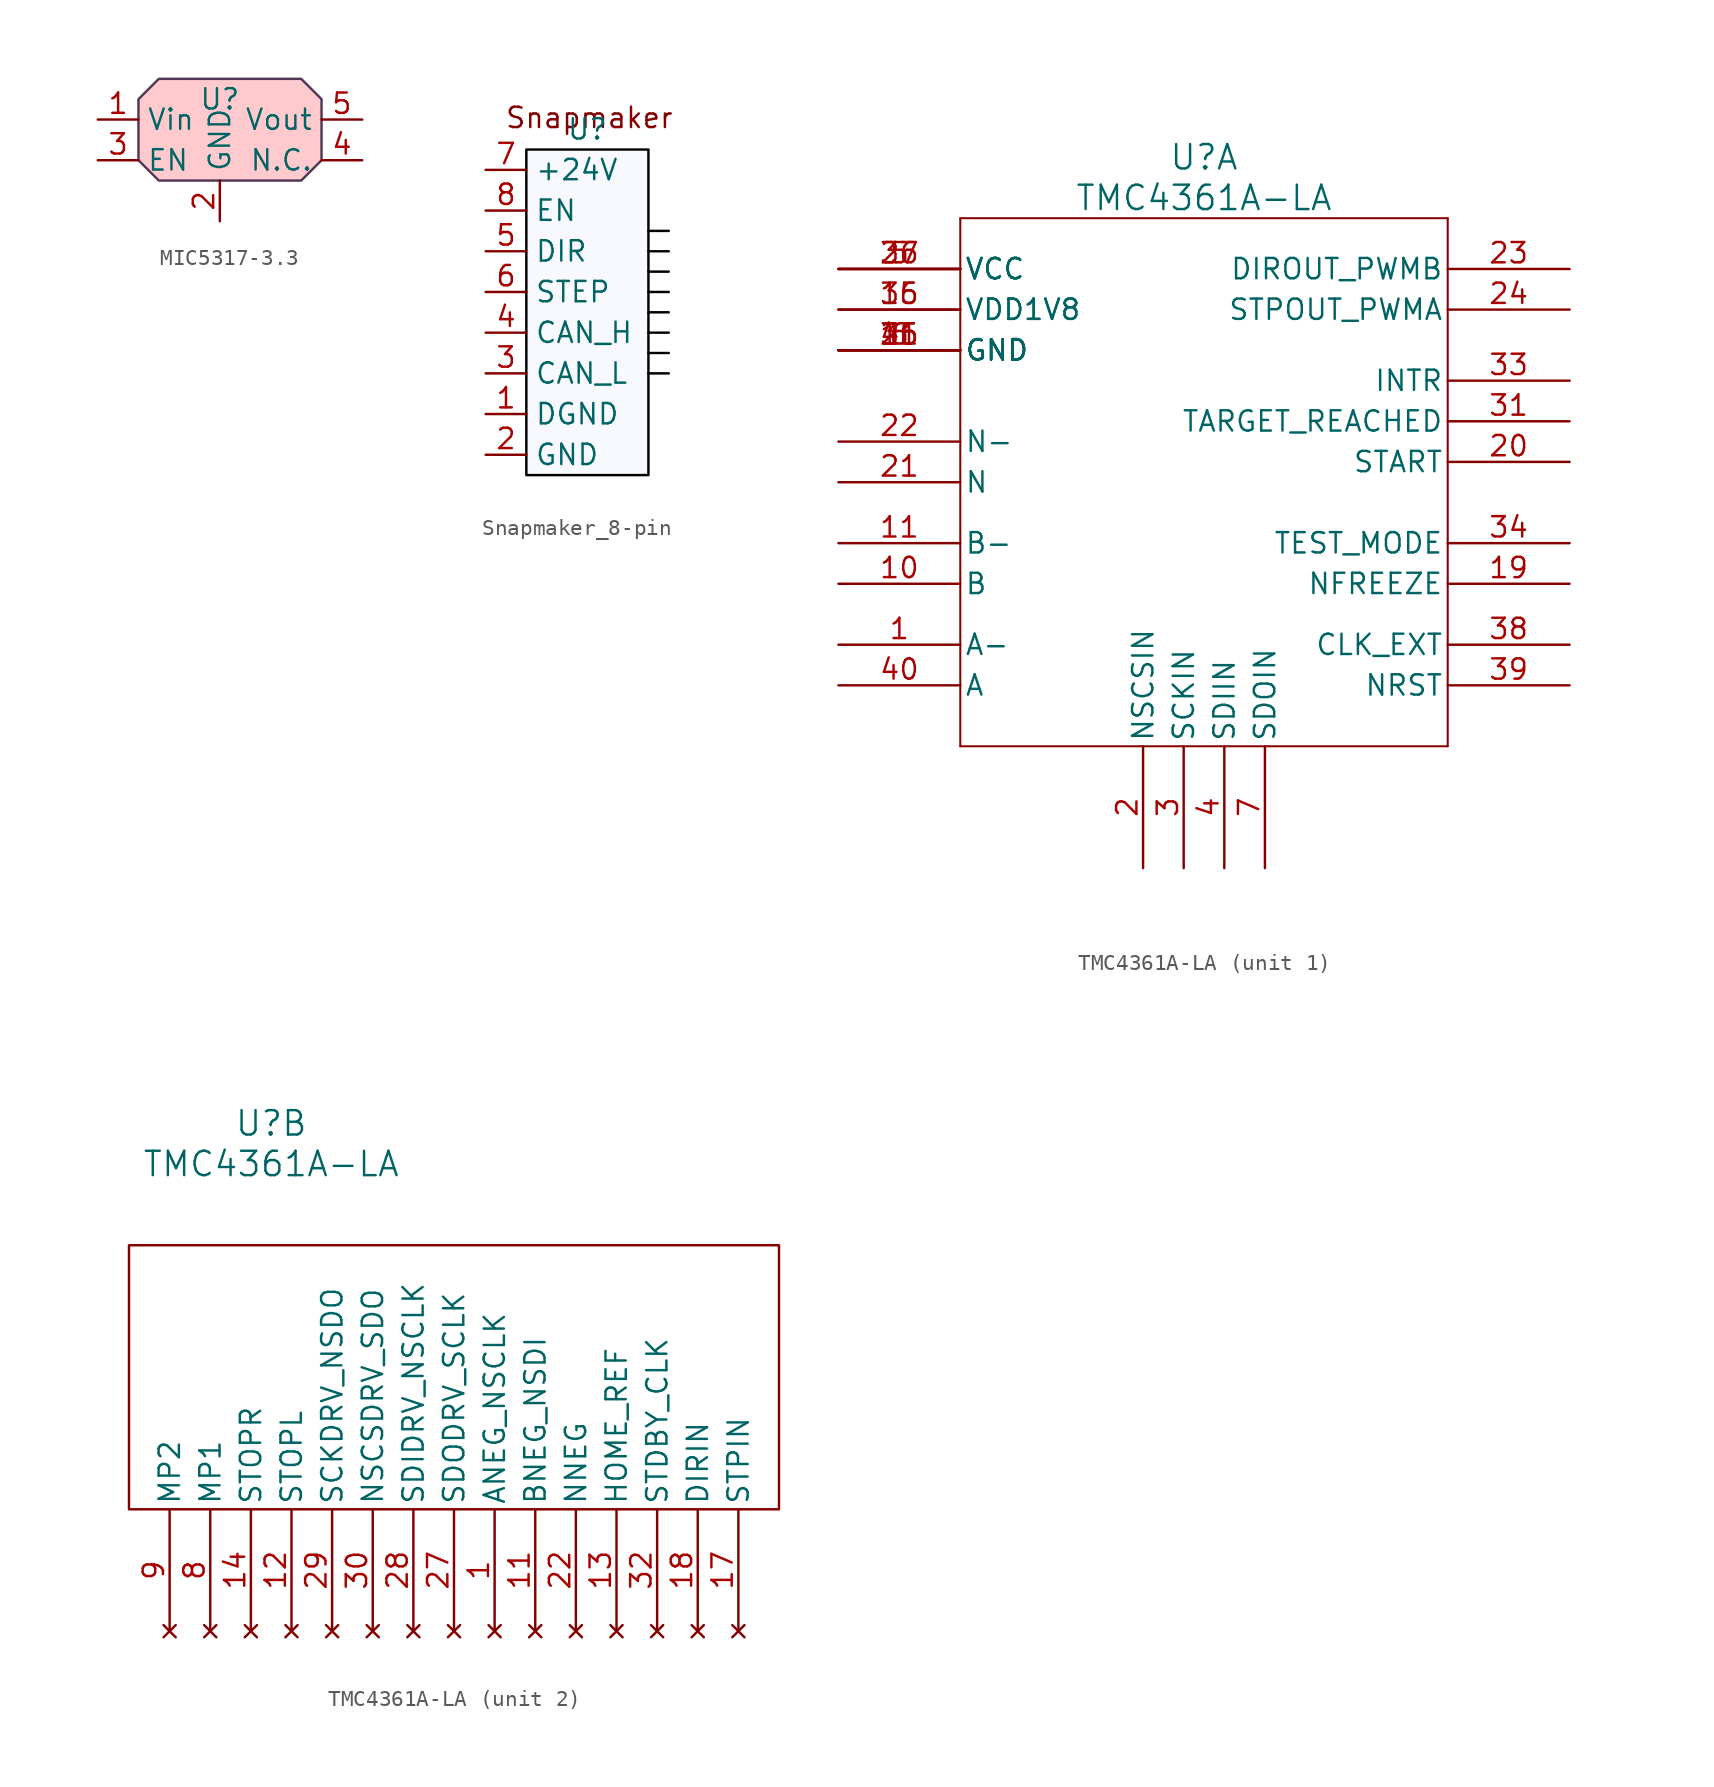
<source format=kicad_sym>
(kicad_symbol_lib
  (version 20220914)
  (generator kicad_symbol_editor)
  (symbol "MIC5317-3.3"
    (property "Reference" "U"
      (at 0 1.27 0)
      (effects (font (size 1.27 1.27))))
    (property "Value" ""
      (at -1.27 0 0)
      (effects (font (size 1.27 1.27))))
    (symbol "MIC5317-3.3_1_1"
      (polyline (pts (xy -5.08 0) (xy -5.08 -2.54) (xy -3.81 -3.81) (xy 5.08 -3.81) (xy 6.35 -2.54) (xy 6.35 1.27) (xy 5.08 2.54) (xy -3.81 2.54) (xy -5.08 1.27) (xy -5.08 0)) (stroke (width 0) (type default) (color 82 56 85 1)) (fill (type color) (color 255 157 163 0.54)))
      (pin input line (at -7.62 0 0) (length 2.54) (name "Vin" (effects (font (size 1.27 1.27)))) (number "1" (effects (font (size 1.27 1.27)))))
      (pin input line (at 0 -6.35 90) (length 2.54) (name "GND" (effects (font (size 1.27 1.27)))) (number "2" (effects (font (size 1.27 1.27)))))
      (pin input line (at -7.62 -2.54 0) (length 2.54) (name "EN" (effects (font (size 1.27 1.27)))) (number "3" (effects (font (size 1.27 1.27)))))
      (pin input line (at 8.89 -2.54 180) (length 2.54) (name "N.C." (effects (font (size 1.27 1.27)))) (number "4" (effects (font (size 1.27 1.27)))))
      (pin input line (at 8.89 0 180) (length 2.54) (name "Vout" (effects (font (size 1.27 1.27)))) (number "5" (effects (font (size 1.27 1.27)))))))
  (symbol "Snapmaker_8-pin"
    (property "Reference" "U"
      (at -1.27 10.16 0)
      (do_not_autoplace)
      (effects (font (size 1.27 1.27))))
    (property "Value" ""
      (at 0 0 0)
      (effects (font (size 1.27 1.27))))
    (symbol "Snapmaker_8-pin_1_1"
      (rectangle (start -5.08 8.89) (end 2.54 -11.43) (stroke (width 0) (type default) (color 0 0 0 1)) (fill (type color) (color 90 79 255 0.04)))
      (polyline (pts (xy 2.54 -5.08) (xy 3.81 -5.08)) (stroke (width 0) (type default) (color 0 0 0 1)) (fill (type none)))
      (polyline (pts (xy 2.54 -3.81) (xy 3.81 -3.81)) (stroke (width 0) (type default) (color 0 0 0 1)) (fill (type none)))
      (polyline (pts (xy 2.54 -2.54) (xy 3.81 -2.54)) (stroke (width 0) (type default) (color 0 0 0 1)) (fill (type none)))
      (polyline (pts (xy 2.54 -1.27) (xy 3.81 -1.27)) (stroke (width 0) (type default) (color 0 0 0 1)) (fill (type none)))
      (polyline (pts (xy 2.54 0) (xy 3.81 0)) (stroke (width 0) (type default) (color 0 0 0 1)) (fill (type none)))
      (polyline (pts (xy 2.54 1.27) (xy 3.81 1.27)) (stroke (width 0) (type default) (color 0 0 0 1)) (fill (type none)))
      (polyline (pts (xy 2.54 2.54) (xy 3.81 2.54)) (stroke (width 0) (type default) (color 0 0 0 1)) (fill (type none)))
      (polyline (pts (xy 2.54 3.81) (xy 3.81 3.81)) (stroke (width 0) (type default) (color 0 0 0 1)) (fill (type none)))
      (text "Snapmaker" (at -1.147 10.874 0) (effects (font (size 1.27 1.27))))
      (pin input line (at -7.62 -7.62 0) (length 2.54) (name "DGND" (effects (font (size 1.27 1.27)))) (number "1" (effects (font (size 1.27 1.27)))))
      (pin input line (at -7.62 -10.16 0) (length 2.54) (name "GND" (effects (font (size 1.27 1.27)))) (number "2" (effects (font (size 1.27 1.27)))))
      (pin input line (at -7.62 -5.08 0) (length 2.54) (name "CAN_L" (effects (font (size 1.27 1.27)))) (number "3" (effects (font (size 1.27 1.27)))))
      (pin input line (at -7.62 -2.54 0) (length 2.54) (name "CAN_H" (effects (font (size 1.27 1.27)))) (number "4" (effects (font (size 1.27 1.27)))))
      (pin input line (at -7.62 2.54 0) (length 2.54) (name "DIR" (effects (font (size 1.27 1.27)))) (number "5" (effects (font (size 1.27 1.27)))))
      (pin input line (at -7.62 0 0) (length 2.54) (name "STEP" (effects (font (size 1.27 1.27)))) (number "6" (effects (font (size 1.27 1.27)))))
      (pin input line (at -7.62 7.62 0) (length 2.54) (name "+24V" (effects (font (size 1.27 1.27)))) (number "7" (effects (font (size 1.27 1.27)))))
      (pin input line (at -7.62 5.08 0) (length 2.54) (name "EN" (effects (font (size 1.27 1.27)))) (number "8" (effects (font (size 1.27 1.27)))))))
  (symbol "TMC4361A-LA"
    (pin_names
      (offset 0.254))
    (property "Reference" "U"
      (at 43.18 8.89 0)
      (effects (font (size 1.524 1.524))))
    (property "Value" "TMC4361A-LA"
      (at 43.18 6.35 0)
      (effects (font (size 1.524 1.524))))
    (property "ki_locked" ""
      (at 0 0 0)
      (effects (font (size 1.27 1.27))))
    (symbol "TMC4361A-LA_1_1"
      (polyline (pts (xy 27.94 -27.94) (xy 58.42 -27.94)) (stroke (width 0.127) (type default)) (fill (type none)))
      (polyline (pts (xy 27.94 5.08) (xy 27.94 -27.94)) (stroke (width 0.127) (type default)) (fill (type none)))
      (polyline (pts (xy 58.42 -27.94) (xy 58.42 5.08)) (stroke (width 0.127) (type default)) (fill (type none)))
      (polyline (pts (xy 58.42 5.08) (xy 27.94 5.08)) (stroke (width 0.127) (type default)) (fill (type none)))
      (pin bidirectional line (at 20.32 -21.59 0) (length 7.62) (name "A-" (effects (font (size 1.27 1.27)))) (number "1" (effects (font (size 1.27 1.27)))))
      (pin input line (at 20.32 -17.78 0) (length 7.62) (name "B" (effects (font (size 1.27 1.27)))) (number "10" (effects (font (size 1.27 1.27)))))
      (pin input line (at 20.32 -15.24 0) (length 7.62) (name "B-" (effects (font (size 1.27 1.27)))) (number "11" (effects (font (size 1.27 1.27)))))
      (pin power_in line (at 20.32 -3.175 0) (length 7.62) (name "GND" (effects (font (size 1.27 1.27)))) (number "15" (effects (font (size 1.27 1.27)))))
      (pin power_in line (at 20.32 -0.635 0) (length 7.62) (name "VDD1V8" (effects (font (size 1.27 1.27)))) (number "16" (effects (font (size 1.27 1.27)))))
      (pin input line (at 66.04 -17.78 180) (length 7.62) (name "NFREEZE" (effects (font (size 1.27 1.27)))) (number "19" (effects (font (size 1.27 1.27)))))
      (pin input line (at 39.37 -35.56 90) (length 7.62) (name "NSCSIN" (effects (font (size 1.27 1.27)))) (number "2" (effects (font (size 1.27 1.27)))))
      (pin bidirectional line (at 66.04 -10.16 180) (length 7.62) (name "START" (effects (font (size 1.27 1.27)))) (number "20" (effects (font (size 1.27 1.27)))))
      (pin input line (at 20.32 -11.43 0) (length 7.62) (name "N" (effects (font (size 1.27 1.27)))) (number "21" (effects (font (size 1.27 1.27)))))
      (pin input line (at 20.32 -8.89 0) (length 7.62) (name "N-" (effects (font (size 1.27 1.27)))) (number "22" (effects (font (size 1.27 1.27)))))
      (pin output line (at 66.04 1.905 180) (length 7.62) (name "DIROUT_PWMB" (effects (font (size 1.27 1.27)))) (number "23" (effects (font (size 1.27 1.27)))))
      (pin output line (at 66.04 -0.635 180) (length 7.62) (name "STPOUT_PWMA" (effects (font (size 1.27 1.27)))) (number "24" (effects (font (size 1.27 1.27)))))
      (pin power_in line (at 20.32 -3.175 0) (length 7.62) (name "GND" (effects (font (size 1.27 1.27)))) (number "25" (effects (font (size 1.27 1.27)))))
      (pin power_in line (at 20.32 1.905 0) (length 7.62) (name "VCC" (effects (font (size 1.27 1.27)))) (number "26" (effects (font (size 1.27 1.27)))))
      (pin input line (at 41.91 -35.56 90) (length 7.62) (name "SCKIN" (effects (font (size 1.27 1.27)))) (number "3" (effects (font (size 1.27 1.27)))))
      (pin output line (at 66.04 -7.62 180) (length 7.62) (name "TARGET_REACHED" (effects (font (size 1.27 1.27)))) (number "31" (effects (font (size 1.27 1.27)))))
      (pin output line (at 66.04 -5.08 180) (length 7.62) (name "INTR" (effects (font (size 1.27 1.27)))) (number "33" (effects (font (size 1.27 1.27)))))
      (pin input line (at 66.04 -15.24 180) (length 7.62) (name "TEST_MODE" (effects (font (size 1.27 1.27)))) (number "34" (effects (font (size 1.27 1.27)))))
      (pin power_in line (at 20.32 -0.635 0) (length 7.62) (name "VDD1V8" (effects (font (size 1.27 1.27)))) (number "35" (effects (font (size 1.27 1.27)))))
      (pin power_in line (at 20.32 -3.175 0) (length 7.62) (name "GND" (effects (font (size 1.27 1.27)))) (number "36" (effects (font (size 1.27 1.27)))))
      (pin power_in line (at 20.32 1.905 0) (length 7.62) (name "VCC" (effects (font (size 1.27 1.27)))) (number "37" (effects (font (size 1.27 1.27)))))
      (pin input line (at 66.04 -21.59 180) (length 7.62) (name "CLK_EXT" (effects (font (size 1.27 1.27)))) (number "38" (effects (font (size 1.27 1.27)))))
      (pin input line (at 66.04 -24.13 180) (length 7.62) (name "NRST" (effects (font (size 1.27 1.27)))) (number "39" (effects (font (size 1.27 1.27)))))
      (pin input line (at 44.45 -35.56 90) (length 7.62) (name "SDIIN" (effects (font (size 1.27 1.27)))) (number "4" (effects (font (size 1.27 1.27)))))
      (pin bidirectional line (at 20.32 -24.13 0) (length 7.62) (name "A" (effects (font (size 1.27 1.27)))) (number "40" (effects (font (size 1.27 1.27)))))
      (pin power_in line (at 20.32 -3.175 0) (length 7.62) (name "GND" (effects (font (size 1.27 1.27)))) (number "41" (effects (font (size 1.27 1.27)))))
      (pin power_in line (at 20.32 1.905 0) (length 7.62) (name "VCC" (effects (font (size 1.27 1.27)))) (number "5" (effects (font (size 1.27 1.27)))))
      (pin power_in line (at 20.32 -3.175 0) (length 7.62) (name "GND" (effects (font (size 1.27 1.27)))) (number "6" (effects (font (size 1.27 1.27)))))
      (pin output line (at 46.99 -35.56 90) (length 7.62) (name "SDOIN" (effects (font (size 1.27 1.27)))) (number "7" (effects (font (size 1.27 1.27))))))
    (symbol "TMC4361A-LA_2_1"
      (rectangle (start 34.29 1.27) (end 74.93 -15.24) (stroke (width 0) (type default)) (fill (type none)))
      (pin no_connect line (at 57.15 -22.86 90) (length 7.62) (name "ANEG_NSCLK" (effects (font (size 1.27 1.27)))) (number "1" (effects (font (size 1.27 1.27)))))
      (pin no_connect line (at 59.69 -22.86 90) (length 7.62) (name "BNEG_NSDI" (effects (font (size 1.27 1.27)))) (number "11" (effects (font (size 1.27 1.27)))))
      (pin no_connect line (at 44.45 -22.86 90) (length 7.62) (name "STOPL" (effects (font (size 1.27 1.27)))) (number "12" (effects (font (size 1.27 1.27)))))
      (pin no_connect line (at 64.77 -22.86 90) (length 7.62) (name "HOME_REF" (effects (font (size 1.27 1.27)))) (number "13" (effects (font (size 1.27 1.27)))))
      (pin no_connect line (at 41.91 -22.86 90) (length 7.62) (name "STOPR" (effects (font (size 1.27 1.27)))) (number "14" (effects (font (size 1.27 1.27)))))
      (pin no_connect line (at 72.39 -22.86 90) (length 7.62) (name "STPIN" (effects (font (size 1.27 1.27)))) (number "17" (effects (font (size 1.27 1.27)))))
      (pin no_connect line (at 69.85 -22.86 90) (length 7.62) (name "DIRIN" (effects (font (size 1.27 1.27)))) (number "18" (effects (font (size 1.27 1.27)))))
      (pin no_connect line (at 62.23 -22.86 90) (length 7.62) (name "NNEG" (effects (font (size 1.27 1.27)))) (number "22" (effects (font (size 1.27 1.27)))))
      (pin no_connect line (at 54.61 -22.86 90) (length 7.62) (name "SDODRV_SCLK" (effects (font (size 1.27 1.27)))) (number "27" (effects (font (size 1.27 1.27)))))
      (pin no_connect line (at 52.07 -22.86 90) (length 7.62) (name "SDIDRV_NSCLK" (effects (font (size 1.27 1.27)))) (number "28" (effects (font (size 1.27 1.27)))))
      (pin no_connect line (at 46.99 -22.86 90) (length 7.62) (name "SCKDRV_NSDO" (effects (font (size 1.27 1.27)))) (number "29" (effects (font (size 1.27 1.27)))))
      (pin no_connect line (at 49.53 -22.86 90) (length 7.62) (name "NSCSDRV_SDO" (effects (font (size 1.27 1.27)))) (number "30" (effects (font (size 1.27 1.27)))))
      (pin no_connect line (at 67.31 -22.86 90) (length 7.62) (name "STDBY_CLK" (effects (font (size 1.27 1.27)))) (number "32" (effects (font (size 1.27 1.27)))))
      (pin no_connect line (at 39.37 -22.86 90) (length 7.62) (name "MP1" (effects (font (size 1.27 1.27)))) (number "8" (effects (font (size 1.27 1.27)))))
      (pin no_connect line (at 36.83 -22.86 90) (length 7.62) (name "MP2" (effects (font (size 1.27 1.27)))) (number "9" (effects (font (size 1.27 1.27))))))))
</source>
